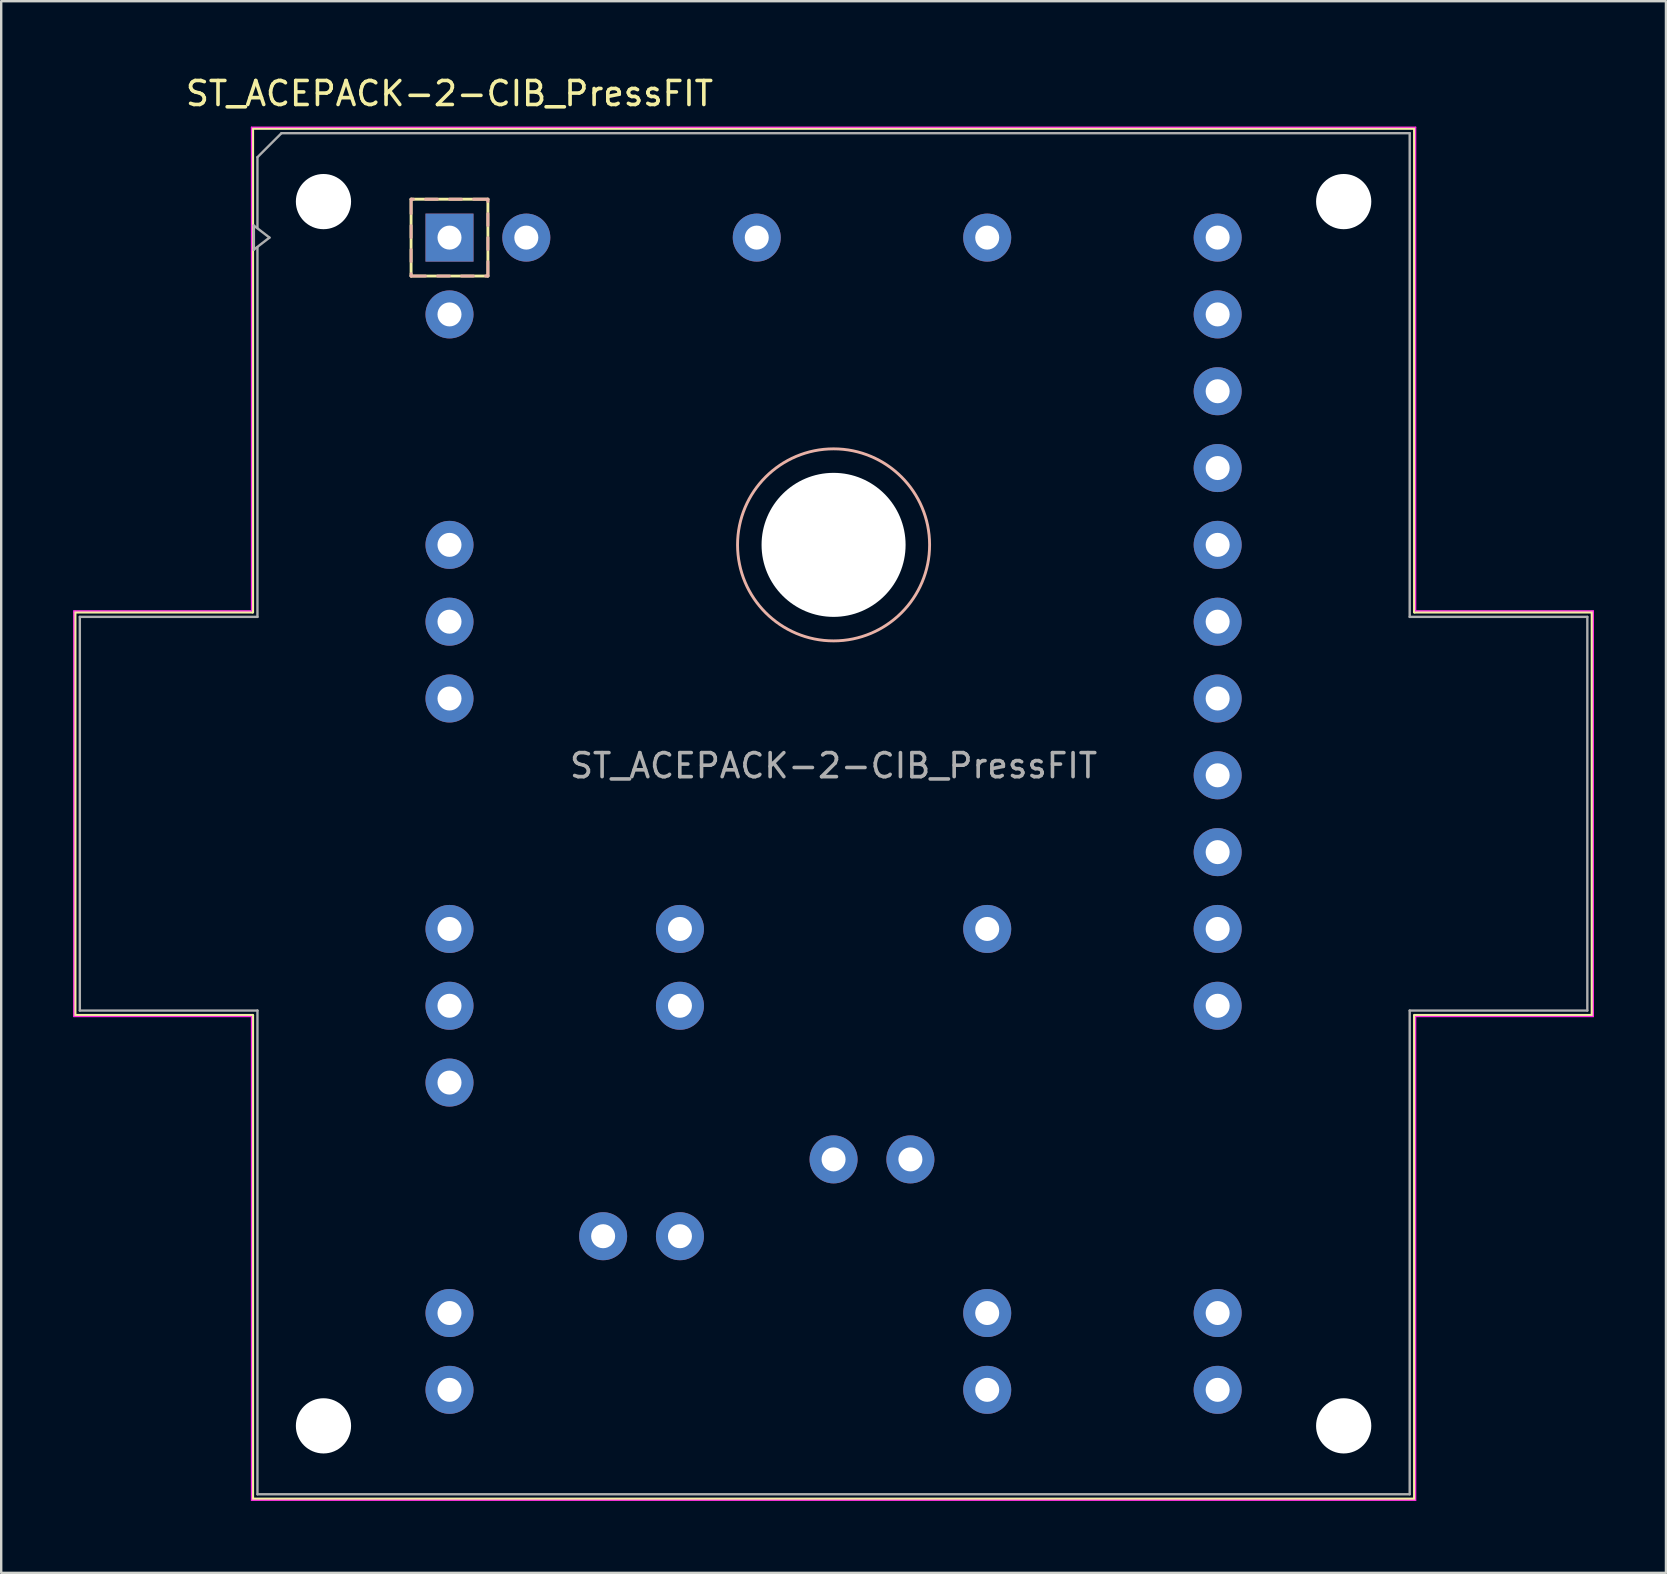
<source format=kicad_pcb>
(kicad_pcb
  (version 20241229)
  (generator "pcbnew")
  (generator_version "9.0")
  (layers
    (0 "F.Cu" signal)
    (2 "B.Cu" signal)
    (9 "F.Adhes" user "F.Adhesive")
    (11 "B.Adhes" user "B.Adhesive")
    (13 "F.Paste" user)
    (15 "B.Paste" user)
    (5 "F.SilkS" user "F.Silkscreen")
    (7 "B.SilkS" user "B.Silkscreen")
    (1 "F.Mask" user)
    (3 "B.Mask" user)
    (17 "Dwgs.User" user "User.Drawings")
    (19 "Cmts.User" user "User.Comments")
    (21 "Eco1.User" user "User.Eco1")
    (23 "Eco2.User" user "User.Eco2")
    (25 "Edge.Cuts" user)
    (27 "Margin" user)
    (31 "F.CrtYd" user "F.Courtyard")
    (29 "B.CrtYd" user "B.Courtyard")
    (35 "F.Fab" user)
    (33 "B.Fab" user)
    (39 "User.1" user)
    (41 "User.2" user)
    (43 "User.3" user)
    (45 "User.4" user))
  (footprint "ST_ACEPACK-2-CIB_PressFIT"
    (layer "F.Cu")
    (at 15.675 6.848)
    (property "Reference" "ST_ACEPACK-2-CIB_PressFIT" (at 0 -6 180) (layer "F.SilkS") (effects (font (size 1 1) (thickness 0.15))))
    (attr through_hole)
    (fp_line (start -15.6 15.6) (end -15.6 32.4) (stroke (width 0.12) (type solid)) (layer "F.SilkS"))
    (fp_line (start -15.6 32.4) (end -8.2 32.4) (stroke (width 0.12) (type solid)) (layer "F.SilkS"))
    (fp_line (start -8.2 -4.55) (end -8.2 15.6) (stroke (width 0.12) (type solid)) (layer "F.SilkS"))
    (fp_line (start -8.2 15.6) (end -15.6 15.6) (stroke (width 0.12) (type solid)) (layer "F.SilkS"))
    (fp_line (start -8.2 32.4) (end -8.2 52.55) (stroke (width 0.12) (type solid)) (layer "F.SilkS"))
    (fp_line (start -8.2 52.55) (end 40.2 52.55) (stroke (width 0.12) (type solid)) (layer "F.SilkS"))
    (fp_line (start -1.6 -1.6) (end 1.6 -1.6) (stroke (width 0.12) (type solid)) (layer "F.SilkS"))
    (fp_line (start -1.6 1.6) (end -1.6 -1.6) (stroke (width 0.12) (type solid)) (layer "F.SilkS"))
    (fp_line (start 1.6 -1.6) (end 1.6 1.6) (stroke (width 0.12) (type solid)) (layer "F.SilkS"))
    (fp_line (start 1.6 1.6) (end -1.6 1.6) (stroke (width 0.12) (type solid)) (layer "F.SilkS"))
    (fp_line (start 40.2 -4.55) (end -8.2 -4.55) (stroke (width 0.12) (type solid)) (layer "F.SilkS"))
    (fp_line (start 40.2 15.6) (end 40.2 -4.55) (stroke (width 0.12) (type solid)) (layer "F.SilkS"))
    (fp_line (start 40.2 32.4) (end 47.6 32.4) (stroke (width 0.12) (type solid)) (layer "F.SilkS"))
    (fp_line (start 40.2 52.55) (end 40.2 32.4) (stroke (width 0.12) (type solid)) (layer "F.SilkS"))
    (fp_line (start 47.6 15.6) (end 40.2 15.6) (stroke (width 0.12) (type solid)) (layer "F.SilkS"))
    (fp_line (start 47.6 32.4) (end 47.6 15.6) (stroke (width 0.12) (type solid)) (layer "F.SilkS"))
    (fp_line (start -1.6 -1.6) (end -1.6 -1) (stroke (width 0.12) (type solid)) (layer "B.SilkS"))
    (fp_line (start -1.6 -0.5) (end -1.6 0) (stroke (width 0.12) (type solid)) (layer "B.SilkS"))
    (fp_line (start -1.6 0.5) (end -1.6 1) (stroke (width 0.12) (type solid)) (layer "B.SilkS"))
    (fp_line (start -1.6 1.5) (end -1.6 1.6) (stroke (width 0.12) (type solid)) (layer "B.SilkS"))
    (fp_line (start -1.6 1.6) (end -1 1.6) (stroke (width 0.12) (type solid)) (layer "B.SilkS"))
    (fp_line (start -1.5 -1.6) (end -1.6 -1.6) (stroke (width 0.12) (type solid)) (layer "B.SilkS"))
    (fp_line (start -0.5 -1.6) (end -1 -1.6) (stroke (width 0.12) (type solid)) (layer "B.SilkS"))
    (fp_line (start -0.5 1.6) (end 0 1.6) (stroke (width 0.12) (type solid)) (layer "B.SilkS"))
    (fp_line (start 0.5 -1.6) (end 0 -1.6) (stroke (width 0.12) (type solid)) (layer "B.SilkS"))
    (fp_line (start 0.5 1.6) (end 1 1.6) (stroke (width 0.12) (type solid)) (layer "B.SilkS"))
    (fp_line (start 1.5 1.6) (end 1.6 1.6) (stroke (width 0.12) (type solid)) (layer "B.SilkS"))
    (fp_line (start 1.6 -1.6) (end 1 -1.6) (stroke (width 0.12) (type solid)) (layer "B.SilkS"))
    (fp_line (start 1.6 -1.5) (end 1.6 -1.6) (stroke (width 0.12) (type solid)) (layer "B.SilkS"))
    (fp_line (start 1.6 -0.5) (end 1.6 -1) (stroke (width 0.12) (type solid)) (layer "B.SilkS"))
    (fp_line (start 1.6 0.5) (end 1.6 0) (stroke (width 0.12) (type solid)) (layer "B.SilkS"))
    (fp_line (start 1.6 1.6) (end 1.6 1) (stroke (width 0.12) (type solid)) (layer "B.SilkS"))
    (fp_circle (center 16 12.8) (end 16 16.8) (stroke (width 0.12) (type solid)) (fill no) (layer "B.SilkS"))
    (fp_line (start -15.65 15.55) (end -15.65 32.45) (stroke (width 0.05) (type solid)) (layer "F.CrtYd"))
    (fp_line (start -15.65 32.45) (end -8.25 32.45) (stroke (width 0.05) (type solid)) (layer "F.CrtYd"))
    (fp_line (start -8.25 -4.6) (end -8.25 15.55) (stroke (width 0.05) (type solid)) (layer "F.CrtYd"))
    (fp_line (start -8.25 15.55) (end -15.65 15.55) (stroke (width 0.05) (type solid)) (layer "F.CrtYd"))
    (fp_line (start -8.25 32.45) (end -8.25 52.6) (stroke (width 0.05) (type solid)) (layer "F.CrtYd"))
    (fp_line (start -8.25 52.6) (end 40.25 52.6) (stroke (width 0.05) (type solid)) (layer "F.CrtYd"))
    (fp_line (start 40.25 -4.6) (end -8.25 -4.6) (stroke (width 0.05) (type solid)) (layer "F.CrtYd"))
    (fp_line (start 40.25 15.55) (end 40.25 -4.6) (stroke (width 0.05) (type solid)) (layer "F.CrtYd"))
    (fp_line (start 40.25 32.45) (end 47.65 32.45) (stroke (width 0.05) (type solid)) (layer "F.CrtYd"))
    (fp_line (start 40.25 52.6) (end 40.25 32.45) (stroke (width 0.05) (type solid)) (layer "F.CrtYd"))
    (fp_line (start 47.65 15.55) (end 40.25 15.55) (stroke (width 0.05) (type solid)) (layer "F.CrtYd"))
    (fp_line (start 47.65 32.45) (end 47.65 15.55) (stroke (width 0.05) (type solid)) (layer "F.CrtYd"))
    (fp_line (start -15.4 15.8) (end -15.4 32.2) (stroke (width 0.1) (type solid)) (layer "F.Fab"))
    (fp_line (start -15.4 15.8) (end -8 15.8) (stroke (width 0.1) (type solid)) (layer "F.Fab"))
    (fp_line (start -15.4 32.2) (end -8 32.2) (stroke (width 0.1) (type solid)) (layer "F.Fab"))
    (fp_line (start -8.15 -0.5) (end -8.15 0.5) (stroke (width 0.1) (type solid)) (layer "F.Fab"))
    (fp_line (start -8.15 0.5) (end -7.5 0) (stroke (width 0.1) (type solid)) (layer "F.Fab"))
    (fp_line (start -8 -0.4) (end -8 -3.35) (stroke (width 0.1) (type solid)) (layer "F.Fab"))
    (fp_line (start -8 0.4) (end -8 15.8) (stroke (width 0.1) (type solid)) (layer "F.Fab"))
    (fp_line (start -8 32.2) (end -8 52.35) (stroke (width 0.1) (type solid)) (layer "F.Fab"))
    (fp_line (start -8 52.35) (end 40 52.35) (stroke (width 0.1) (type solid)) (layer "F.Fab"))
    (fp_line (start -7.5 0) (end -8.15 -0.5) (stroke (width 0.1) (type solid)) (layer "F.Fab"))
    (fp_line (start -7 -4.35) (end -8 -3.35) (stroke (width 0.1) (type solid)) (layer "F.Fab"))
    (fp_line (start 40 -4.35) (end -7 -4.35) (stroke (width 0.1) (type solid)) (layer "F.Fab"))
    (fp_line (start 40 15.8) (end 40 -4.35) (stroke (width 0.1) (type solid)) (layer "F.Fab"))
    (fp_line (start 40 52.35) (end 40 32.2) (stroke (width 0.1) (type solid)) (layer "F.Fab"))
    (fp_line (start 47.4 15.8) (end 40 15.8) (stroke (width 0.1) (type solid)) (layer "F.Fab"))
    (fp_line (start 47.4 15.8) (end 47.4 32.2) (stroke (width 0.1) (type solid)) (layer "F.Fab"))
    (fp_line (start 47.4 32.2) (end 40 32.2) (stroke (width 0.1) (type solid)) (layer "F.Fab"))
    (fp_text user "${REFERENCE}" (at 16 22 0) (layer "F.Fab") (effects (font (size 1 1) (thickness 0.15))))
    (pad "" np_thru_hole circle (at -5.25 -1.5) (size 2.3 2.3) (drill 2.3) (layers "*.Cu" "*.Mask"))
    (pad "" np_thru_hole circle (at -5.25 49.5) (size 2.3 2.3) (drill 2.3) (layers "*.Cu" "*.Mask"))
    (pad "" np_thru_hole circle (at 16 12.8) (size 6 6) (drill 6) (layers "*.Cu" "*.Mask"))
    (pad "" np_thru_hole circle (at 37.25 -1.5) (size 2.3 2.3) (drill 2.3) (layers "*.Cu" "*.Mask"))
    (pad "" np_thru_hole circle (at 37.25 49.5) (size 2.3 2.3) (drill 2.3) (layers "*.Cu" "*.Mask"))
    (pad "B" thru_hole circle (at 22.4 28.8) (size 2 2) (drill 1) (layers "*.Cu" "*.Mask"))
    (pad "EU" thru_hole circle (at 32 19.2) (size 2 2) (drill 1) (layers "*.Cu" "*.Mask"))
    (pad "EU" thru_hole circle (at 32 22.4) (size 2 2) (drill 1) (layers "*.Cu" "*.Mask"))
    (pad "EV" thru_hole circle (at 32 9.6) (size 2 2) (drill 1) (layers "*.Cu" "*.Mask"))
    (pad "EV" thru_hole circle (at 32 12.8) (size 2 2) (drill 1) (layers "*.Cu" "*.Mask"))
    (pad "EW" thru_hole circle (at 32 0) (size 2 2) (drill 1) (layers "*.Cu" "*.Mask"))
    (pad "EW" thru_hole circle (at 32 3.2) (size 2 2) (drill 1) (layers "*.Cu" "*.Mask"))
    (pad "G1" thru_hole circle (at 0 28.8) (size 2 2) (drill 1) (layers "*.Cu" "*.Mask"))
    (pad "G2" thru_hole circle (at 32 25.6) (size 2 2) (drill 1) (layers "*.Cu" "*.Mask"))
    (pad "G3" thru_hole circle (at 0 12.8) (size 2 2) (drill 1) (layers "*.Cu" "*.Mask"))
    (pad "G4" thru_hole circle (at 32 16) (size 2 2) (drill 1) (layers "*.Cu" "*.Mask"))
    (pad "G5" thru_hole circle (at 3.2 0) (size 2 2) (drill 1) (layers "*.Cu" "*.Mask"))
    (pad "G6" thru_hole circle (at 32 6.4) (size 2 2) (drill 1) (layers "*.Cu" "*.Mask"))
    (pad "GB" thru_hole circle (at 32 32) (size 2 2) (drill 1) (layers "*.Cu" "*.Mask"))
    (pad "L1" thru_hole circle (at 16 38.4) (size 2 2) (drill 1) (layers "*.Cu" "*.Mask"))
    (pad "L1" thru_hole circle (at 19.2 38.4) (size 2 2) (drill 1) (layers "*.Cu" "*.Mask"))
    (pad "L2" thru_hole circle (at 6.4 41.6) (size 2 2) (drill 1) (layers "*.Cu" "*.Mask"))
    (pad "L2" thru_hole circle (at 9.6 41.6) (size 2 2) (drill 1) (layers "*.Cu" "*.Mask"))
    (pad "L3" thru_hole circle (at 0 44.8) (size 2 2) (drill 1) (layers "*.Cu" "*.Mask"))
    (pad "L3" thru_hole circle (at 0 48) (size 2 2) (drill 1) (layers "*.Cu" "*.Mask"))
    (pad "N" thru_hole circle (at 32 44.8) (size 2 2) (drill 1) (layers "*.Cu" "*.Mask"))
    (pad "N" thru_hole circle (at 32 48) (size 2 2) (drill 1) (layers "*.Cu" "*.Mask"))
    (pad "NB" thru_hole circle (at 32 28.8) (size 2 2) (drill 1) (layers "*.Cu" "*.Mask"))
    (pad "P" thru_hole circle (at 22.4 44.8) (size 2 2) (drill 1) (layers "*.Cu" "*.Mask"))
    (pad "P" thru_hole circle (at 22.4 48) (size 2 2) (drill 1) (layers "*.Cu" "*.Mask"))
    (pad "P1" thru_hole circle (at 9.6 28.8) (size 2 2) (drill 1) (layers "*.Cu" "*.Mask"))
    (pad "P1" thru_hole circle (at 9.6 32) (size 2 2) (drill 1) (layers "*.Cu" "*.Mask"))
    (pad "T1" thru_hole circle (at 22.4 0) (size 2 2) (drill 1) (layers "*.Cu" "*.Mask"))
    (pad "T2" thru_hole circle (at 12.8 0) (size 2 2) (drill 1) (layers "*.Cu" "*.Mask"))
    (pad "U" thru_hole circle (at 0 32) (size 2 2) (drill 1) (layers "*.Cu" "*.Mask"))
    (pad "U" thru_hole circle (at 0 35.2) (size 2 2) (drill 1) (layers "*.Cu" "*.Mask"))
    (pad "V" thru_hole circle (at 0 16) (size 2 2) (drill 1) (layers "*.Cu" "*.Mask"))
    (pad "V" thru_hole circle (at 0 19.2) (size 2 2) (drill 1) (layers "*.Cu" "*.Mask"))
    (pad "W" thru_hole rect (at 0 0) (size 2 2) (drill 1) (layers "*.Cu" "*.Mask"))
    (pad "W" thru_hole circle (at 0 3.2) (size 2 2) (drill 1) (layers "*.Cu" "*.Mask"))
    (zone (net_name "") (layers "F.Cu" "B.Cu") (name "MH") (hatch full 0.508) (connect_pads) (min_thickness 0.254) (filled_areas_thickness no) (keepout (tracks not_allowed) (vias not_allowed) (pads not_allowed) (copperpour not_allowed) (footprints not_allowed)) (placement (enabled no)) (fill) (polygon (pts (xy 9.88 30.848) (xy 9.861 30.422) (xy 9.803 29.999) (xy 9.707 29.583) (xy 9.573 29.177) (xy 9.404 28.786) (xy 9.2 28.411) (xy 8.962 28.056) (xy 8.693 27.724) (xy 8.396 27.418) (xy 8.072 27.141) (xy 7.724 26.893) (xy 7.355 26.679) (xy 6.968 26.498) (xy 6.566 26.354) (xy 6.153 26.246) (xy 5.732 26.176) (xy 5.306 26.145) (xy 4.88 26.153) (xy 4.455 26.199) (xy 4.037 26.283) (xy 3.628 26.405) (xy 3.231 26.563) (xy 2.851 26.757) (xy 2.49 26.985) (xy 2.151 27.244) (xy 1.836 27.533) (xy 1.55 27.849) (xy 1.293 28.19) (xy 1.068 28.553) (xy 0.877 28.935) (xy 0.721 29.332) (xy 0.602 29.742) (xy 0.52 30.161) (xy 0.477 30.586) (xy 0.473 31.012) (xy 0.507 31.438) (xy 0.58 31.859) (xy 0.69 32.271) (xy 0.838 32.672) (xy 1.021 33.057) (xy 1.238 33.425) (xy 1.488 33.771) (xy 1.768 34.093) (xy 2.076 34.388) (xy 2.409 34.655) (xy 2.766 34.89) (xy 3.142 35.091) (xy 3.535 35.258) (xy 3.941 35.389) (xy 4.358 35.482) (xy 4.781 35.537) (xy 5.208 35.553) (xy 5.634 35.531) (xy 6.057 35.47) (xy 6.472 35.371) (xy 6.876 35.235) (xy 7.267 35.063) (xy 7.64 34.856) (xy 7.993 34.616) (xy 8.323 34.345) (xy 8.627 34.045) (xy 8.903 33.719) (xy 9.148 33.369) (xy 9.36 32.999) (xy 9.537 32.611) (xy 9.679 32.208) (xy 9.784 31.794) (xy 9.851 31.373) (xy 9.879 30.947))))
    (zone (net_name "") (layers "F.Cu" "B.Cu") (name "MH") (hatch full 0.508) (connect_pads) (min_thickness 0.254) (filled_areas_thickness no) (keepout (tracks not_allowed) (vias not_allowed) (pads not_allowed) (copperpour not_allowed) (footprints not_allowed)) (placement (enabled no)) (fill) (polygon (pts (xy 62.88 30.848) (xy 62.861 30.422) (xy 62.803 29.999) (xy 62.707 29.583) (xy 62.573 29.177) (xy 62.404 28.786) (xy 62.2 28.411) (xy 61.962 28.056) (xy 61.693 27.724) (xy 61.396 27.418) (xy 61.072 27.141) (xy 60.724 26.893) (xy 60.355 26.679) (xy 59.968 26.498) (xy 59.566 26.354) (xy 59.153 26.246) (xy 58.732 26.176) (xy 58.306 26.145) (xy 57.88 26.153) (xy 57.455 26.199) (xy 57.037 26.283) (xy 56.628 26.405) (xy 56.231 26.563) (xy 55.851 26.757) (xy 55.49 26.985) (xy 55.151 27.244) (xy 54.836 27.533) (xy 54.55 27.849) (xy 54.293 28.19) (xy 54.068 28.553) (xy 53.877 28.935) (xy 53.721 29.332) (xy 53.602 29.742) (xy 53.52 30.161) (xy 53.477 30.586) (xy 53.473 31.012) (xy 53.507 31.438) (xy 53.58 31.859) (xy 53.69 32.271) (xy 53.838 32.672) (xy 54.021 33.057) (xy 54.238 33.425) (xy 54.488 33.771) (xy 54.768 34.093) (xy 55.076 34.388) (xy 55.409 34.655) (xy 55.766 34.89) (xy 56.142 35.091) (xy 56.535 35.258) (xy 56.941 35.389) (xy 57.358 35.482) (xy 57.781 35.537) (xy 58.208 35.553) (xy 58.634 35.531) (xy 59.057 35.47) (xy 59.472 35.371) (xy 59.876 35.235) (xy 60.267 35.063) (xy 60.64 34.856) (xy 60.993 34.616) (xy 61.323 34.345) (xy 61.627 34.045) (xy 61.903 33.719) (xy 62.148 33.369) (xy 62.36 32.999) (xy 62.537 32.611) (xy 62.679 32.208) (xy 62.784 31.794) (xy 62.851 31.373) (xy 62.879 30.947)))))
  (gr_rect
    (start -3 -3)
    (end 66.35 62.473)
    (stroke (width 0.1) (type default))
    (fill no)
    (layer "Edge.Cuts")))
</source>
